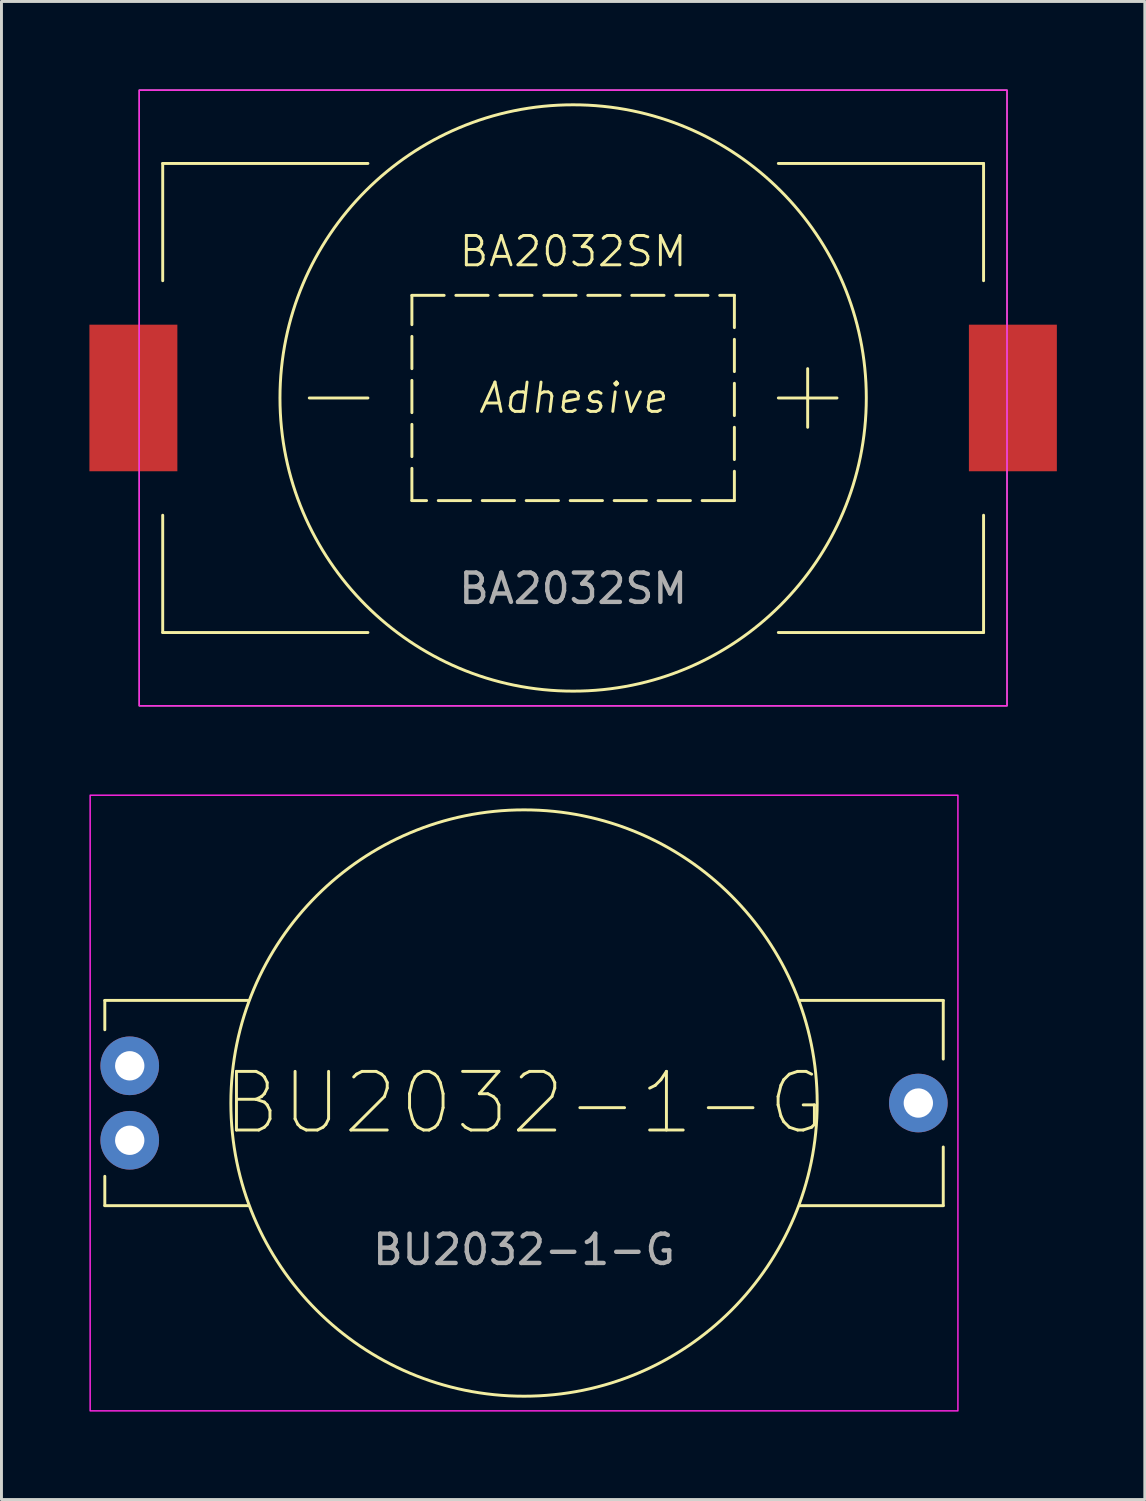
<source format=kicad_pcb>
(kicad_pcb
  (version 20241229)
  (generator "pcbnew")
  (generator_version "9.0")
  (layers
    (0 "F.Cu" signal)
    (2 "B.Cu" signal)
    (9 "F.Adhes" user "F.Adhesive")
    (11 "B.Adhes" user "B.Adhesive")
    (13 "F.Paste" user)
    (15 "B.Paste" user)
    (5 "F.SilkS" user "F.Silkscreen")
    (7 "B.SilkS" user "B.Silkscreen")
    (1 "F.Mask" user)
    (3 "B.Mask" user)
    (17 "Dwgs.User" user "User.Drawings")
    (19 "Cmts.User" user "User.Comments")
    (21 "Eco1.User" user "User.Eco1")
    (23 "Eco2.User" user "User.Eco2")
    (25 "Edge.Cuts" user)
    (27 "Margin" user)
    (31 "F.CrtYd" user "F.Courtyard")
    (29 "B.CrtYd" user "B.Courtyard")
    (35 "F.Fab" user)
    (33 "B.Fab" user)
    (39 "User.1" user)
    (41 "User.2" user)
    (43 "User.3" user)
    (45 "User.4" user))
  (footprint "BU2032-1-G"
    (layer "F.Cu")
    (at 14.825 34.575)
    (property "Reference" "BU2032-1-G" (at 0 0 0) (unlocked yes) (layer "F.SilkS") (effects (font (size 2 2) (thickness 0.1))))
    (attr through_hole)
    (fp_line (start -14.3 -3.5) (end -9.4 -3.5) (stroke (width 0.1) (type default)) (layer "F.SilkS"))
    (fp_line (start -14.3 -2.5) (end -14.3 -3.5) (stroke (width 0.1) (type default)) (layer "F.SilkS"))
    (fp_line (start -14.3 3.5) (end -14.3 2.5) (stroke (width 0.1) (type default)) (layer "F.SilkS"))
    (fp_line (start -14.3 3.5) (end -9.4 3.5) (stroke (width 0.1) (type default)) (layer "F.SilkS"))
    (fp_line (start 9.4 -3.5) (end 14.3 -3.5) (stroke (width 0.1) (type default)) (layer "F.SilkS"))
    (fp_line (start 9.4 3.5) (end 14.3 3.5) (stroke (width 0.1) (type default)) (layer "F.SilkS"))
    (fp_line (start 14.3 -3.5) (end 14.3 -1.5) (stroke (width 0.1) (type default)) (layer "F.SilkS"))
    (fp_line (start 14.3 3.5) (end 14.3 1.5) (stroke (width 0.1) (type default)) (layer "F.SilkS"))
    (fp_circle (center 0 0) (end 10 0) (stroke (width 0.1) (type default)) (fill no) (layer "F.SilkS"))
    (fp_rect (start -14.8 -10.5) (end 14.8 10.5) (stroke (width 0.05) (type default)) (fill no) (layer "F.CrtYd"))
    (fp_text user "${REFERENCE}" (at 0 5 0) (unlocked yes) (layer "F.Fab") (effects (font (size 1 1) (thickness 0.15))))
    (pad "1" thru_hole circle (at -13.45 -1.27) (size 2 2) (drill 1) (layers "*.Cu" "*.Mask"))
    (pad "1" thru_hole circle (at -13.45 1.27) (size 2 2) (drill 1) (layers "*.Cu" "*.Mask"))
    (pad "2" thru_hole circle (at 13.45 0) (size 2 2) (drill 1) (layers "*.Cu" "*.Mask")))
  (footprint "BA2032SM"
    (layer "F.Cu")
    (at 16.5 10.525)
    (property "Reference" "BA2032SM" (at 0 -5 0) (unlocked yes) (layer "F.SilkS") (effects (font (size 1 1) (thickness 0.1))))
    (attr smd)
    (fp_line (start -14 -8) (end -14 -4) (stroke (width 0.1) (type default)) (layer "F.SilkS"))
    (fp_line (start -14 -8) (end -7 -8) (stroke (width 0.1) (type default)) (layer "F.SilkS"))
    (fp_line (start -14 4) (end -14 8) (stroke (width 0.1) (type default)) (layer "F.SilkS"))
    (fp_line (start -14 8) (end -7 8) (stroke (width 0.1) (type default)) (layer "F.SilkS"))
    (fp_line (start -9 0) (end -7 0) (stroke (width 0.1) (type default)) (layer "F.SilkS"))
    (fp_line (start 7 -8) (end 14 -8) (stroke (width 0.1) (type default)) (layer "F.SilkS"))
    (fp_line (start 7 0) (end 9 0) (stroke (width 0.1) (type default)) (layer "F.SilkS"))
    (fp_line (start 7 8) (end 14 8) (stroke (width 0.1) (type default)) (layer "F.SilkS"))
    (fp_line (start 8 1) (end 8 -1) (stroke (width 0.1) (type default)) (layer "F.SilkS"))
    (fp_line (start 14 -8) (end 14 -4) (stroke (width 0.1) (type default)) (layer "F.SilkS"))
    (fp_line (start 14 4) (end 14 8) (stroke (width 0.1) (type default)) (layer "F.SilkS"))
    (fp_rect (start -5.5 -3.5) (end 5.5 3.5) (stroke (width 0.1) (type dash)) (fill yes) (layer "F.SilkS"))
    (fp_circle (center 0 0) (end 10 0) (stroke (width 0.1) (type default)) (fill no) (layer "F.SilkS"))
    (fp_rect (start -14.8 -10.5) (end 14.8 10.5) (stroke (width 0.05) (type default)) (fill no) (layer "F.CrtYd"))
    (fp_rect (start -14.8 -10.5) (end 14.8 10.5) (stroke (width 0.05) (type default)) (fill no) (layer "F.Fab"))
    (fp_text user "Adhesive" (at 0 0 0) (unlocked yes) (layer "F.SilkS") (effects (font (size 1 1) (thickness 0.1) (italic yes))))
    (fp_text user "${REFERENCE}" (at 0 6.5 0) (unlocked yes) (layer "F.Fab") (effects (font (size 1 1) (thickness 0.15))))
    (pad "1" smd rect (at 15 0) (size 3 5) (layers "F.Cu" "F.Mask" "F.Paste"))
    (pad "2" smd rect (at -15 0) (size 3 5) (layers "F.Cu" "F.Mask" "F.Paste")))
  (gr_rect
    (start -3 -3)
    (end 36 48.1)
    (stroke (width 0.1) (type default))
    (fill no)
    (layer "Edge.Cuts")))
</source>
